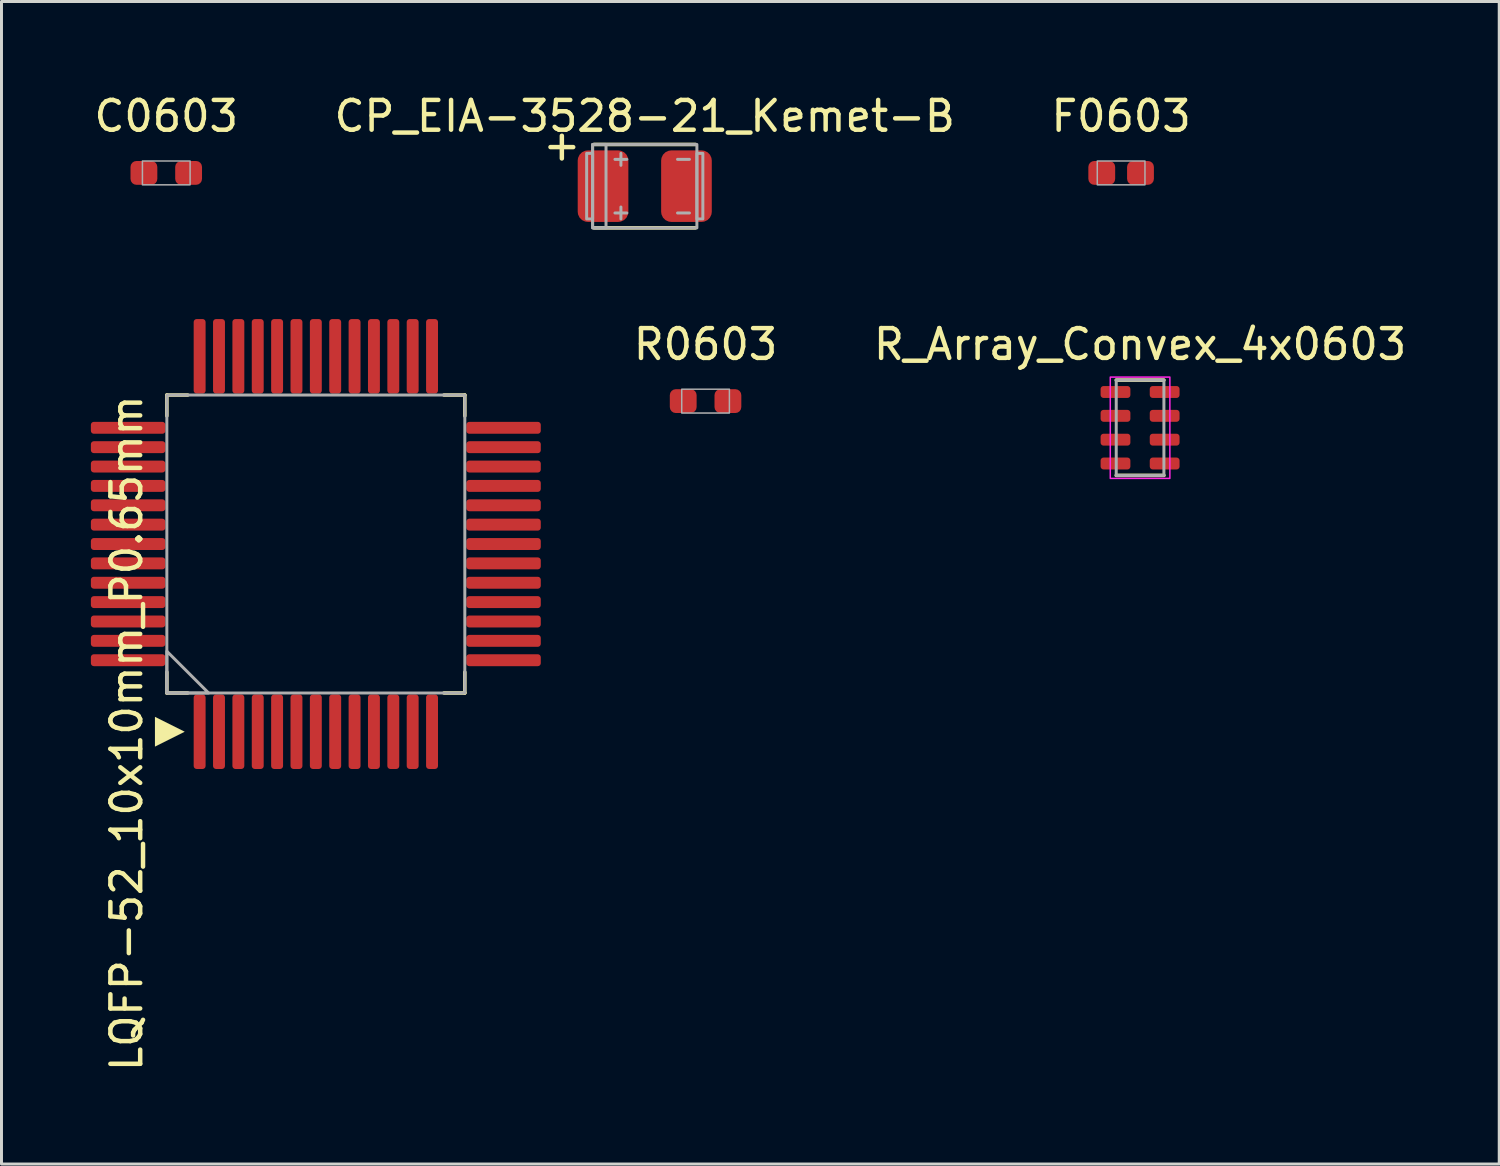
<source format=kicad_pcb>
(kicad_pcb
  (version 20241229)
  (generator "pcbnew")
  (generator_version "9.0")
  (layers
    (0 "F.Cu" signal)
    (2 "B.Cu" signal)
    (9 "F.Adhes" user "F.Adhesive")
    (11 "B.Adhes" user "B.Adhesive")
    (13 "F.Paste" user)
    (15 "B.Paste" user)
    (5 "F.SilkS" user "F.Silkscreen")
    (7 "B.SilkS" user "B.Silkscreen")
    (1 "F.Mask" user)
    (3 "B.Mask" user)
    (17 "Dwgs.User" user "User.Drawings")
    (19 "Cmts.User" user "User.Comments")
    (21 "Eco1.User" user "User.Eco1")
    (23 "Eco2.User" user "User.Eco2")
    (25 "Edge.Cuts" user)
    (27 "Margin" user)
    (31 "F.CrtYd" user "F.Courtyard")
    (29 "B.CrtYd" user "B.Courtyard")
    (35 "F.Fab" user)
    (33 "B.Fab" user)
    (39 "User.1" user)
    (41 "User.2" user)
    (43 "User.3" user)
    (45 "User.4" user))
  (footprint "R0603"
    (layer "F.Cu")
    (at 20.63 10.412)
    (property "Reference" "R0603" (at 0 -1.905 0) (unlocked yes) (layer "F.SilkS") (effects (font (size 1 1) (thickness 0.15))))
    (attr smd)
    (fp_rect (start -0.8 -0.4) (end 0.8 0.4) (stroke (width 0.05) (type default)) (fill no) (layer "F.Fab"))
    (pad "1" smd roundrect (at -0.75 0) (size 0.9 0.8) (layers "F.Cu" "F.Mask" "F.Paste") (roundrect_rratio 0.25))
    (pad "2" smd roundrect (at 0.75 0) (size 0.9 0.8) (layers "F.Cu" "F.Mask" "F.Paste") (roundrect_rratio 0.25)))
  (footprint "F0603"
    (layer "F.Cu")
    (at 34.577 2.753)
    (property "Reference" "F0603" (at 0 -1.905 0) (unlocked yes) (layer "F.SilkS") (effects (font (size 1 1) (thickness 0.15))))
    (attr smd)
    (fp_rect (start -0.8 -0.4) (end 0.8 0.4) (stroke (width 0.05) (type default)) (fill no) (layer "F.Fab"))
    (pad "1" smd roundrect (at -0.65 0) (size 0.9 0.8) (layers "F.Cu" "F.Mask" "F.Paste") (roundrect_rratio 0.25))
    (pad "2" smd roundrect (at 0.65 0) (size 0.9 0.8) (layers "F.Cu" "F.Mask" "F.Paste") (roundrect_rratio 0.25)))
  (footprint "LQFP-52_10x10mm_P0.65mm"
    (layer "F.Cu")
    (at 7.55 15.208)
    (property "Reference" "LQFP-52_10x10mm_P0.65mm" (at -6.35 6.35 90) (layer "F.SilkS") (effects (font (size 1 1) (thickness 0.15))))
    (attr smd)
    (fp_line (start -5 -5) (end -4.3 -5) (stroke (width 0.12) (type solid)) (layer "F.SilkS"))
    (fp_line (start -5 -4.3) (end -5 -5) (stroke (width 0.12) (type solid)) (layer "F.SilkS"))
    (fp_line (start -5 5) (end -5 4.3) (stroke (width 0.12) (type solid)) (layer "F.SilkS"))
    (fp_line (start -4.3 5) (end -5 5) (stroke (width 0.12) (type solid)) (layer "F.SilkS"))
    (fp_line (start 4.3 -5) (end 5 -5) (stroke (width 0.12) (type solid)) (layer "F.SilkS"))
    (fp_line (start 5 -5) (end 5 -4.3) (stroke (width 0.12) (type solid)) (layer "F.SilkS"))
    (fp_line (start 5 4.3) (end 5 5) (stroke (width 0.12) (type solid)) (layer "F.SilkS"))
    (fp_line (start 5 5) (end 4.3 5) (stroke (width 0.12) (type solid)) (layer "F.SilkS"))
    (fp_poly (pts (xy -5.4 6.8) (xy -5.4 5.8) (xy -4.4 6.3)) (stroke (width 0) (type solid)) (fill yes) (layer "F.SilkS"))
    (fp_rect (start -5 -5) (end 5 5) (stroke (width 0.1) (type default)) (fill no) (layer "F.Fab"))
    (fp_poly (pts (xy -5 3.6) (xy -3.6 5) (xy -5 5)) (stroke (width 0.1) (type solid)) (fill no) (layer "F.Fab"))
    (pad "1" smd roundrect (at -3.9 6.3) (size 0.4 2.5) (layers "F.Cu" "F.Mask" "F.Paste") (roundrect_rratio 0.25))
    (pad "2" smd roundrect (at -3.25 6.3) (size 0.4 2.5) (layers "F.Cu" "F.Mask" "F.Paste") (roundrect_rratio 0.25))
    (pad "3" smd roundrect (at -2.6 6.3) (size 0.4 2.5) (layers "F.Cu" "F.Mask" "F.Paste") (roundrect_rratio 0.25))
    (pad "4" smd roundrect (at -1.95 6.3) (size 0.4 2.5) (layers "F.Cu" "F.Mask" "F.Paste") (roundrect_rratio 0.25))
    (pad "5" smd roundrect (at -1.3 6.3) (size 0.4 2.5) (layers "F.Cu" "F.Mask" "F.Paste") (roundrect_rratio 0.25))
    (pad "6" smd roundrect (at -0.65 6.3) (size 0.4 2.5) (layers "F.Cu" "F.Mask" "F.Paste") (roundrect_rratio 0.25))
    (pad "7" smd roundrect (at 0 6.3) (size 0.4 2.5) (layers "F.Cu" "F.Mask" "F.Paste") (roundrect_rratio 0.25))
    (pad "8" smd roundrect (at 0.65 6.3) (size 0.4 2.5) (layers "F.Cu" "F.Mask" "F.Paste") (roundrect_rratio 0.25))
    (pad "9" smd roundrect (at 1.3 6.3) (size 0.4 2.5) (layers "F.Cu" "F.Mask" "F.Paste") (roundrect_rratio 0.25))
    (pad "10" smd roundrect (at 1.95 6.3) (size 0.4 2.5) (layers "F.Cu" "F.Mask" "F.Paste") (roundrect_rratio 0.25))
    (pad "11" smd roundrect (at 2.6 6.3) (size 0.4 2.5) (layers "F.Cu" "F.Mask" "F.Paste") (roundrect_rratio 0.25))
    (pad "12" smd roundrect (at 3.25 6.3) (size 0.4 2.5) (layers "F.Cu" "F.Mask" "F.Paste") (roundrect_rratio 0.25))
    (pad "13" smd roundrect (at 3.9 6.3) (size 0.4 2.5) (layers "F.Cu" "F.Mask" "F.Paste") (roundrect_rratio 0.25))
    (pad "14" smd roundrect (at 6.3 3.9 90) (size 0.4 2.5) (layers "F.Cu" "F.Mask" "F.Paste") (roundrect_rratio 0.25))
    (pad "15" smd roundrect (at 6.3 3.25 90) (size 0.4 2.5) (layers "F.Cu" "F.Mask" "F.Paste") (roundrect_rratio 0.25))
    (pad "16" smd roundrect (at 6.3 2.6 90) (size 0.4 2.5) (layers "F.Cu" "F.Mask" "F.Paste") (roundrect_rratio 0.25))
    (pad "17" smd roundrect (at 6.3 1.95 90) (size 0.4 2.5) (layers "F.Cu" "F.Mask" "F.Paste") (roundrect_rratio 0.25))
    (pad "18" smd roundrect (at 6.3 1.3 90) (size 0.4 2.5) (layers "F.Cu" "F.Mask" "F.Paste") (roundrect_rratio 0.25))
    (pad "19" smd roundrect (at 6.3 0.65 90) (size 0.4 2.5) (layers "F.Cu" "F.Mask" "F.Paste") (roundrect_rratio 0.25))
    (pad "20" smd roundrect (at 6.3 0 90) (size 0.4 2.5) (layers "F.Cu" "F.Mask" "F.Paste") (roundrect_rratio 0.25))
    (pad "21" smd roundrect (at 6.3 -0.65 90) (size 0.4 2.5) (layers "F.Cu" "F.Mask" "F.Paste") (roundrect_rratio 0.25))
    (pad "22" smd roundrect (at 6.3 -1.3 90) (size 0.4 2.5) (layers "F.Cu" "F.Mask" "F.Paste") (roundrect_rratio 0.25))
    (pad "23" smd roundrect (at 6.3 -1.95 90) (size 0.4 2.5) (layers "F.Cu" "F.Mask" "F.Paste") (roundrect_rratio 0.25))
    (pad "24" smd roundrect (at 6.3 -2.6 90) (size 0.4 2.5) (layers "F.Cu" "F.Mask" "F.Paste") (roundrect_rratio 0.25))
    (pad "25" smd roundrect (at 6.3 -3.25 90) (size 0.4 2.5) (layers "F.Cu" "F.Mask" "F.Paste") (roundrect_rratio 0.25))
    (pad "26" smd roundrect (at 6.3 -3.9 90) (size 0.4 2.5) (layers "F.Cu" "F.Mask" "F.Paste") (roundrect_rratio 0.25))
    (pad "27" smd roundrect (at 3.9 -6.3) (size 0.4 2.5) (layers "F.Cu" "F.Mask" "F.Paste") (roundrect_rratio 0.25))
    (pad "28" smd roundrect (at 3.25 -6.3) (size 0.4 2.5) (layers "F.Cu" "F.Mask" "F.Paste") (roundrect_rratio 0.25))
    (pad "29" smd roundrect (at 2.6 -6.3) (size 0.4 2.5) (layers "F.Cu" "F.Mask" "F.Paste") (roundrect_rratio 0.25))
    (pad "30" smd roundrect (at 1.95 -6.3) (size 0.4 2.5) (layers "F.Cu" "F.Mask" "F.Paste") (roundrect_rratio 0.25))
    (pad "31" smd roundrect (at 1.3 -6.3) (size 0.4 2.5) (layers "F.Cu" "F.Mask" "F.Paste") (roundrect_rratio 0.25))
    (pad "32" smd roundrect (at 0.65 -6.3) (size 0.4 2.5) (layers "F.Cu" "F.Mask" "F.Paste") (roundrect_rratio 0.25))
    (pad "33" smd roundrect (at 0 -6.3) (size 0.4 2.5) (layers "F.Cu" "F.Mask" "F.Paste") (roundrect_rratio 0.25))
    (pad "34" smd roundrect (at -0.65 -6.3) (size 0.4 2.5) (layers "F.Cu" "F.Mask" "F.Paste") (roundrect_rratio 0.25))
    (pad "35" smd roundrect (at -1.3 -6.3) (size 0.4 2.5) (layers "F.Cu" "F.Mask" "F.Paste") (roundrect_rratio 0.25))
    (pad "36" smd roundrect (at -1.95 -6.3) (size 0.4 2.5) (layers "F.Cu" "F.Mask" "F.Paste") (roundrect_rratio 0.25))
    (pad "37" smd roundrect (at -2.6 -6.3) (size 0.4 2.5) (layers "F.Cu" "F.Mask" "F.Paste") (roundrect_rratio 0.25))
    (pad "38" smd roundrect (at -3.25 -6.3) (size 0.4 2.5) (layers "F.Cu" "F.Mask" "F.Paste") (roundrect_rratio 0.25))
    (pad "39" smd roundrect (at -3.9 -6.3) (size 0.4 2.5) (layers "F.Cu" "F.Mask" "F.Paste") (roundrect_rratio 0.25))
    (pad "40" smd roundrect (at -6.3 -3.9 90) (size 0.4 2.5) (layers "F.Cu" "F.Mask" "F.Paste") (roundrect_rratio 0.25))
    (pad "41" smd roundrect (at -6.3 -3.25 90) (size 0.4 2.5) (layers "F.Cu" "F.Mask" "F.Paste") (roundrect_rratio 0.25))
    (pad "42" smd roundrect (at -6.3 -2.6 90) (size 0.4 2.5) (layers "F.Cu" "F.Mask" "F.Paste") (roundrect_rratio 0.25))
    (pad "43" smd roundrect (at -6.3 -1.95 90) (size 0.4 2.5) (layers "F.Cu" "F.Mask" "F.Paste") (roundrect_rratio 0.25))
    (pad "44" smd roundrect (at -6.3 -1.3 90) (size 0.4 2.5) (layers "F.Cu" "F.Mask" "F.Paste") (roundrect_rratio 0.25))
    (pad "45" smd roundrect (at -6.3 -0.65 90) (size 0.4 2.5) (layers "F.Cu" "F.Mask" "F.Paste") (roundrect_rratio 0.25))
    (pad "46" smd roundrect (at -6.3 0 90) (size 0.4 2.5) (layers "F.Cu" "F.Mask" "F.Paste") (roundrect_rratio 0.25))
    (pad "47" smd roundrect (at -6.3 0.65 90) (size 0.4 2.5) (layers "F.Cu" "F.Mask" "F.Paste") (roundrect_rratio 0.25))
    (pad "48" smd roundrect (at -6.3 1.3 90) (size 0.4 2.5) (layers "F.Cu" "F.Mask" "F.Paste") (roundrect_rratio 0.25))
    (pad "49" smd roundrect (at -6.3 1.95 90) (size 0.4 2.5) (layers "F.Cu" "F.Mask" "F.Paste") (roundrect_rratio 0.25))
    (pad "50" smd roundrect (at -6.3 2.6 90) (size 0.4 2.5) (layers "F.Cu" "F.Mask" "F.Paste") (roundrect_rratio 0.25))
    (pad "51" smd roundrect (at -6.3 3.25 90) (size 0.4 2.5) (layers "F.Cu" "F.Mask" "F.Paste") (roundrect_rratio 0.25))
    (pad "52" smd roundrect (at -6.3 3.9 90) (size 0.4 2.5) (layers "F.Cu" "F.Mask" "F.Paste") (roundrect_rratio 0.25)))
  (footprint "C0603"
    (layer "F.Cu")
    (at 2.53 2.753)
    (property "Reference" "C0603" (at 0 -1.905 0) (unlocked yes) (layer "F.SilkS") (effects (font (size 1 1) (thickness 0.15))))
    (attr smd)
    (fp_rect (start -0.8 -0.4) (end 0.8 0.4) (stroke (width 0.05) (type default)) (fill no) (layer "F.Fab"))
    (pad "1" smd roundrect (at -0.75 0) (size 0.9 0.8) (layers "F.Cu" "F.Mask" "F.Paste") (roundrect_rratio 0.25))
    (pad "2" smd roundrect (at 0.75 0) (size 0.9 0.8) (layers "F.Cu" "F.Mask" "F.Paste") (roundrect_rratio 0.25)))
  (footprint "CP_EIA-3528-21_Kemet-B"
    (layer "F.Cu")
    (at 18.589 3.198)
    (property "Reference" "CP_EIA-3528-21_Kemet-B" (at 0 -2.35 0) (layer "F.SilkS") (effects (font (size 1 1) (thickness 0.15))))
    (attr smd)
    (fp_line (start -1.7 -1.4) (end 1.7 -1.4) (stroke (width 0.12) (type default)) (layer "F.SilkS"))
    (fp_line (start -1.7 1.4) (end 1.7 1.4) (stroke (width 0.12) (type default)) (layer "F.SilkS"))
    (fp_line (start -1 -0.9) (end -0.6 -0.9) (stroke (width 0.1) (type default)) (layer "F.Fab"))
    (fp_line (start -1 0.9) (end -0.6 0.9) (stroke (width 0.1) (type default)) (layer "F.Fab"))
    (fp_line (start -0.8 -0.7) (end -0.8 -1.1) (stroke (width 0.1) (type default)) (layer "F.Fab"))
    (fp_line (start -0.8 1.1) (end -0.8 0.7) (stroke (width 0.1) (type default)) (layer "F.Fab"))
    (fp_line (start 1.1 -0.9) (end 1.5 -0.9) (stroke (width 0.1) (type default)) (layer "F.Fab"))
    (fp_line (start 1.1 0.9) (end 1.5 0.9) (stroke (width 0.1) (type default)) (layer "F.Fab"))
    (fp_rect (start -1.95 -1.1) (end -1.75 1.1) (stroke (width 0.1) (type solid)) (fill no) (layer "F.Fab"))
    (fp_rect (start -1.75 -1.4) (end -1.3 1.4) (stroke (width 0.1) (type solid)) (fill no) (layer "F.Fab"))
    (fp_rect (start -1.75 -1.4) (end 1.75 1.4) (stroke (width 0.1) (type default)) (fill no) (layer "F.Fab"))
    (fp_rect (start 1.75 -1.1) (end 1.95 1.1) (stroke (width 0.1) (type solid)) (fill no) (layer "F.Fab"))
    (fp_text user "+" (at -3.5 -0.8 0) (unlocked yes) (layer "F.SilkS") (effects (font (size 1 1) (thickness 0.15)) (justify left bottom)))
    (pad "1" smd roundrect (at -1.4 0) (size 1.7 2.4) (layers "F.Cu" "F.Mask" "F.Paste") (roundrect_rratio 0.2))
    (pad "2" smd roundrect (at 1.4 0) (size 1.7 2.4) (layers "F.Cu" "F.Mask" "F.Paste") (roundrect_rratio 0.2)))
  (footprint "R_Array_Convex_4x0603"
    (layer "F.Cu")
    (at 35.213 11.306)
    (property "Reference" "R_Array_Convex_4x0603" (at 0 -2.8 0) (layer "F.SilkS") (effects (font (size 1 1) (thickness 0.15))))
    (attr smd)
    (fp_line (start 0.8 -1.6) (end -0.8 -1.6) (stroke (width 0.12) (type solid)) (layer "F.SilkS"))
    (fp_line (start 0.8 1.6) (end -0.8 1.6) (stroke (width 0.12) (type solid)) (layer "F.SilkS"))
    (fp_rect (start -1 -1.7) (end 1 1.7) (stroke (width 0.05) (type default)) (fill no) (layer "F.CrtYd"))
    (fp_rect (start -0.8 -1.6) (end 0.8 1.6) (stroke (width 0.1) (type default)) (fill no) (layer "F.Fab"))
    (pad "1" smd roundrect (at -0.825 -1.2) (size 1 0.4) (layers "F.Cu" "F.Mask" "F.Paste") (roundrect_rratio 0.25))
    (pad "2" smd roundrect (at -0.825 -0.4) (size 1 0.4) (layers "F.Cu" "F.Mask" "F.Paste") (roundrect_rratio 0.25))
    (pad "3" smd roundrect (at -0.825 0.4) (size 1 0.4) (layers "F.Cu" "F.Mask" "F.Paste") (roundrect_rratio 0.25))
    (pad "4" smd roundrect (at -0.825 1.2) (size 1 0.4) (layers "F.Cu" "F.Mask" "F.Paste") (roundrect_rratio 0.25))
    (pad "5" smd roundrect (at 0.825 1.2) (size 1 0.4) (layers "F.Cu" "F.Mask" "F.Paste") (roundrect_rratio 0.25))
    (pad "6" smd roundrect (at 0.825 0.4) (size 1 0.4) (layers "F.Cu" "F.Mask" "F.Paste") (roundrect_rratio 0.25))
    (pad "7" smd roundrect (at 0.825 -0.4) (size 1 0.4) (layers "F.Cu" "F.Mask" "F.Paste") (roundrect_rratio 0.25))
    (pad "8" smd roundrect (at 0.825 -1.2) (size 1 0.4) (layers "F.Cu" "F.Mask" "F.Paste") (roundrect_rratio 0.25)))
  (gr_rect
    (start -3 -3)
    (end 47.267 36.017)
    (stroke (width 0.1) (type default))
    (fill no)
    (layer "Edge.Cuts")))
</source>
